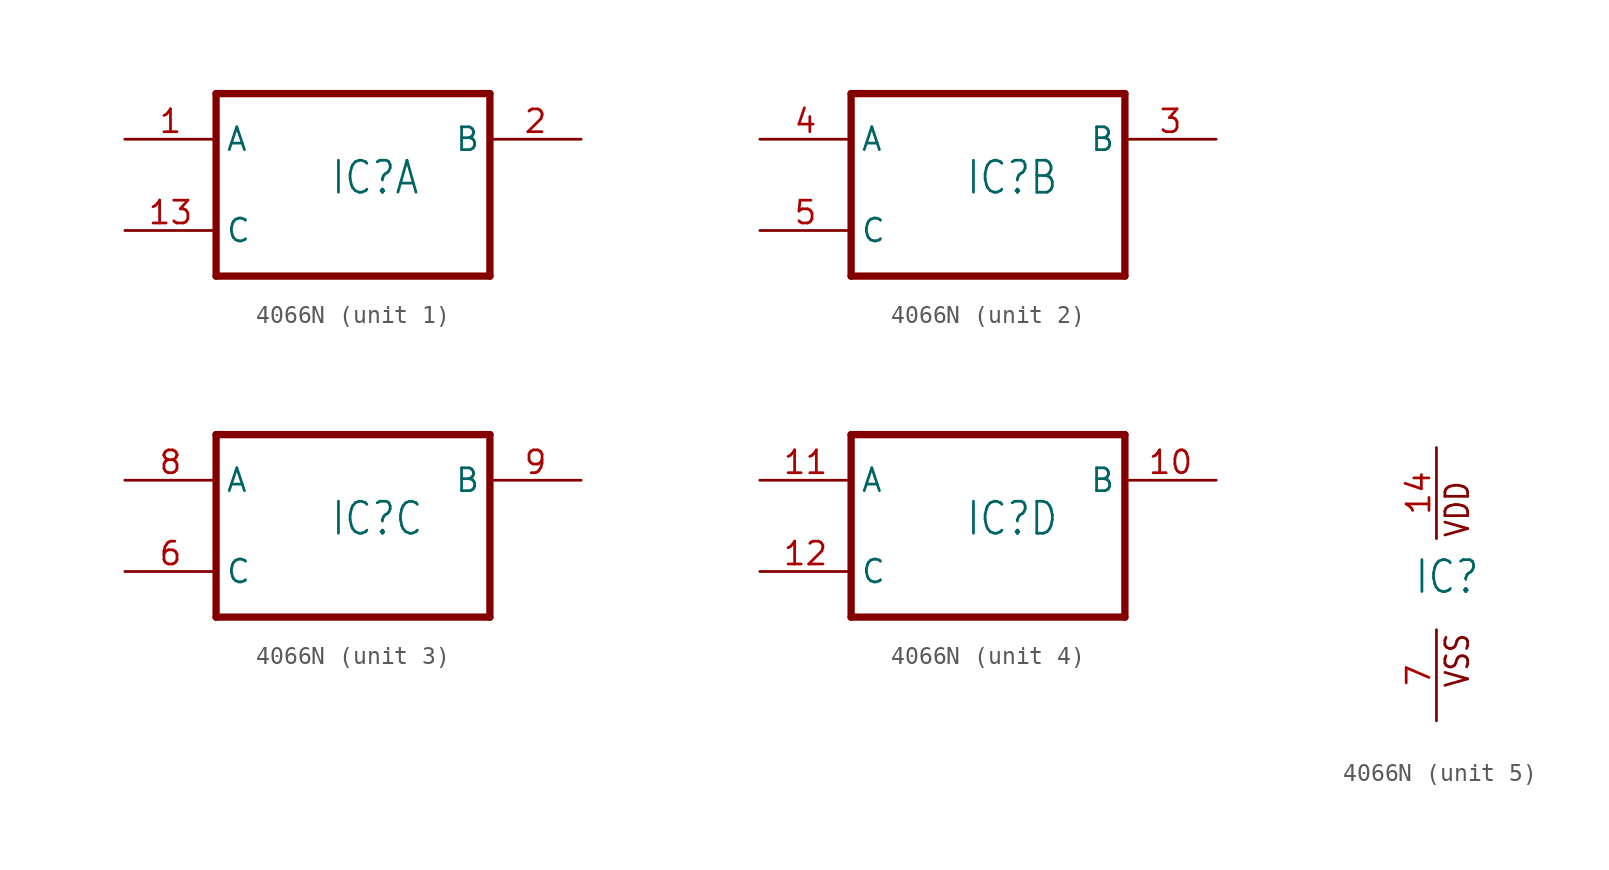
<source format=kicad_sym>
(kicad_symbol_lib
  (version 20220914)
  (generator kicad_symbol_editor)
  (symbol "4066N"
    (property "Reference" "IC"
      (at -1.27 -0.635 0)
      (effects (font (size 1.778 1.511)) (justify left bottom)))
    (property "ki_locked" ""
      (at 0 0 0)
      (effects (font (size 1.27 1.27))))
    (symbol "4066N_1_0"
      (polyline (pts (xy -7.62 -5.08) (xy 7.62 -5.08)) (stroke (width 0.406) (type solid)) (fill (type none)))
      (polyline (pts (xy -7.62 5.08) (xy -7.62 -5.08)) (stroke (width 0.406) (type solid)) (fill (type none)))
      (polyline (pts (xy 7.62 -5.08) (xy 7.62 5.08)) (stroke (width 0.406) (type solid)) (fill (type none)))
      (polyline (pts (xy 7.62 5.08) (xy -7.62 5.08)) (stroke (width 0.406) (type solid)) (fill (type none)))
      (pin tri_state line (at -12.7 2.54 0) (length 5.08) (name "A" (effects (font (size 1.27 1.27)))) (number "1" (effects (font (size 1.27 1.27)))))
      (pin input line (at -12.7 -2.54 0) (length 5.08) (name "C" (effects (font (size 1.27 1.27)))) (number "13" (effects (font (size 1.27 1.27)))))
      (pin tri_state line (at 12.7 2.54 180) (length 5.08) (name "B" (effects (font (size 1.27 1.27)))) (number "2" (effects (font (size 1.27 1.27))))))
    (symbol "4066N_2_0"
      (polyline (pts (xy -7.62 -5.08) (xy 7.62 -5.08)) (stroke (width 0.406) (type solid)) (fill (type none)))
      (polyline (pts (xy -7.62 5.08) (xy -7.62 -5.08)) (stroke (width 0.406) (type solid)) (fill (type none)))
      (polyline (pts (xy 7.62 -5.08) (xy 7.62 5.08)) (stroke (width 0.406) (type solid)) (fill (type none)))
      (polyline (pts (xy 7.62 5.08) (xy -7.62 5.08)) (stroke (width 0.406) (type solid)) (fill (type none)))
      (pin tri_state line (at 12.7 2.54 180) (length 5.08) (name "B" (effects (font (size 1.27 1.27)))) (number "3" (effects (font (size 1.27 1.27)))))
      (pin tri_state line (at -12.7 2.54 0) (length 5.08) (name "A" (effects (font (size 1.27 1.27)))) (number "4" (effects (font (size 1.27 1.27)))))
      (pin input line (at -12.7 -2.54 0) (length 5.08) (name "C" (effects (font (size 1.27 1.27)))) (number "5" (effects (font (size 1.27 1.27))))))
    (symbol "4066N_3_0"
      (polyline (pts (xy -7.62 -5.08) (xy 7.62 -5.08)) (stroke (width 0.406) (type solid)) (fill (type none)))
      (polyline (pts (xy -7.62 5.08) (xy -7.62 -5.08)) (stroke (width 0.406) (type solid)) (fill (type none)))
      (polyline (pts (xy 7.62 -5.08) (xy 7.62 5.08)) (stroke (width 0.406) (type solid)) (fill (type none)))
      (polyline (pts (xy 7.62 5.08) (xy -7.62 5.08)) (stroke (width 0.406) (type solid)) (fill (type none)))
      (pin input line (at -12.7 -2.54 0) (length 5.08) (name "C" (effects (font (size 1.27 1.27)))) (number "6" (effects (font (size 1.27 1.27)))))
      (pin tri_state line (at -12.7 2.54 0) (length 5.08) (name "A" (effects (font (size 1.27 1.27)))) (number "8" (effects (font (size 1.27 1.27)))))
      (pin tri_state line (at 12.7 2.54 180) (length 5.08) (name "B" (effects (font (size 1.27 1.27)))) (number "9" (effects (font (size 1.27 1.27))))))
    (symbol "4066N_4_0"
      (polyline (pts (xy -7.62 -5.08) (xy 7.62 -5.08)) (stroke (width 0.406) (type solid)) (fill (type none)))
      (polyline (pts (xy -7.62 5.08) (xy -7.62 -5.08)) (stroke (width 0.406) (type solid)) (fill (type none)))
      (polyline (pts (xy 7.62 -5.08) (xy 7.62 5.08)) (stroke (width 0.406) (type solid)) (fill (type none)))
      (polyline (pts (xy 7.62 5.08) (xy -7.62 5.08)) (stroke (width 0.406) (type solid)) (fill (type none)))
      (pin tri_state line (at 12.7 2.54 180) (length 5.08) (name "B" (effects (font (size 1.27 1.27)))) (number "10" (effects (font (size 1.27 1.27)))))
      (pin tri_state line (at -12.7 2.54 0) (length 5.08) (name "A" (effects (font (size 1.27 1.27)))) (number "11" (effects (font (size 1.27 1.27)))))
      (pin input line (at -12.7 -2.54 0) (length 5.08) (name "C" (effects (font (size 1.27 1.27)))) (number "12" (effects (font (size 1.27 1.27))))))
    (symbol "4066N_5_0"
      (text "VDD" (at 1.905 2.54 900) (effects (font (size 1.27 1.079)) (justify left bottom)))
      (text "VSS" (at 1.905 -5.842 900) (effects (font (size 1.27 1.079)) (justify left bottom)))
      (pin power_in line (at 0 7.62 270) (length 5.08) (name "VDD" (effects (font (size 0 0)))) (number "14" (effects (font (size 1.27 1.27)))))
      (pin power_in line (at 0 -7.62 90) (length 5.08) (name "VSS" (effects (font (size 0 0)))) (number "7" (effects (font (size 1.27 1.27))))))))
</source>
